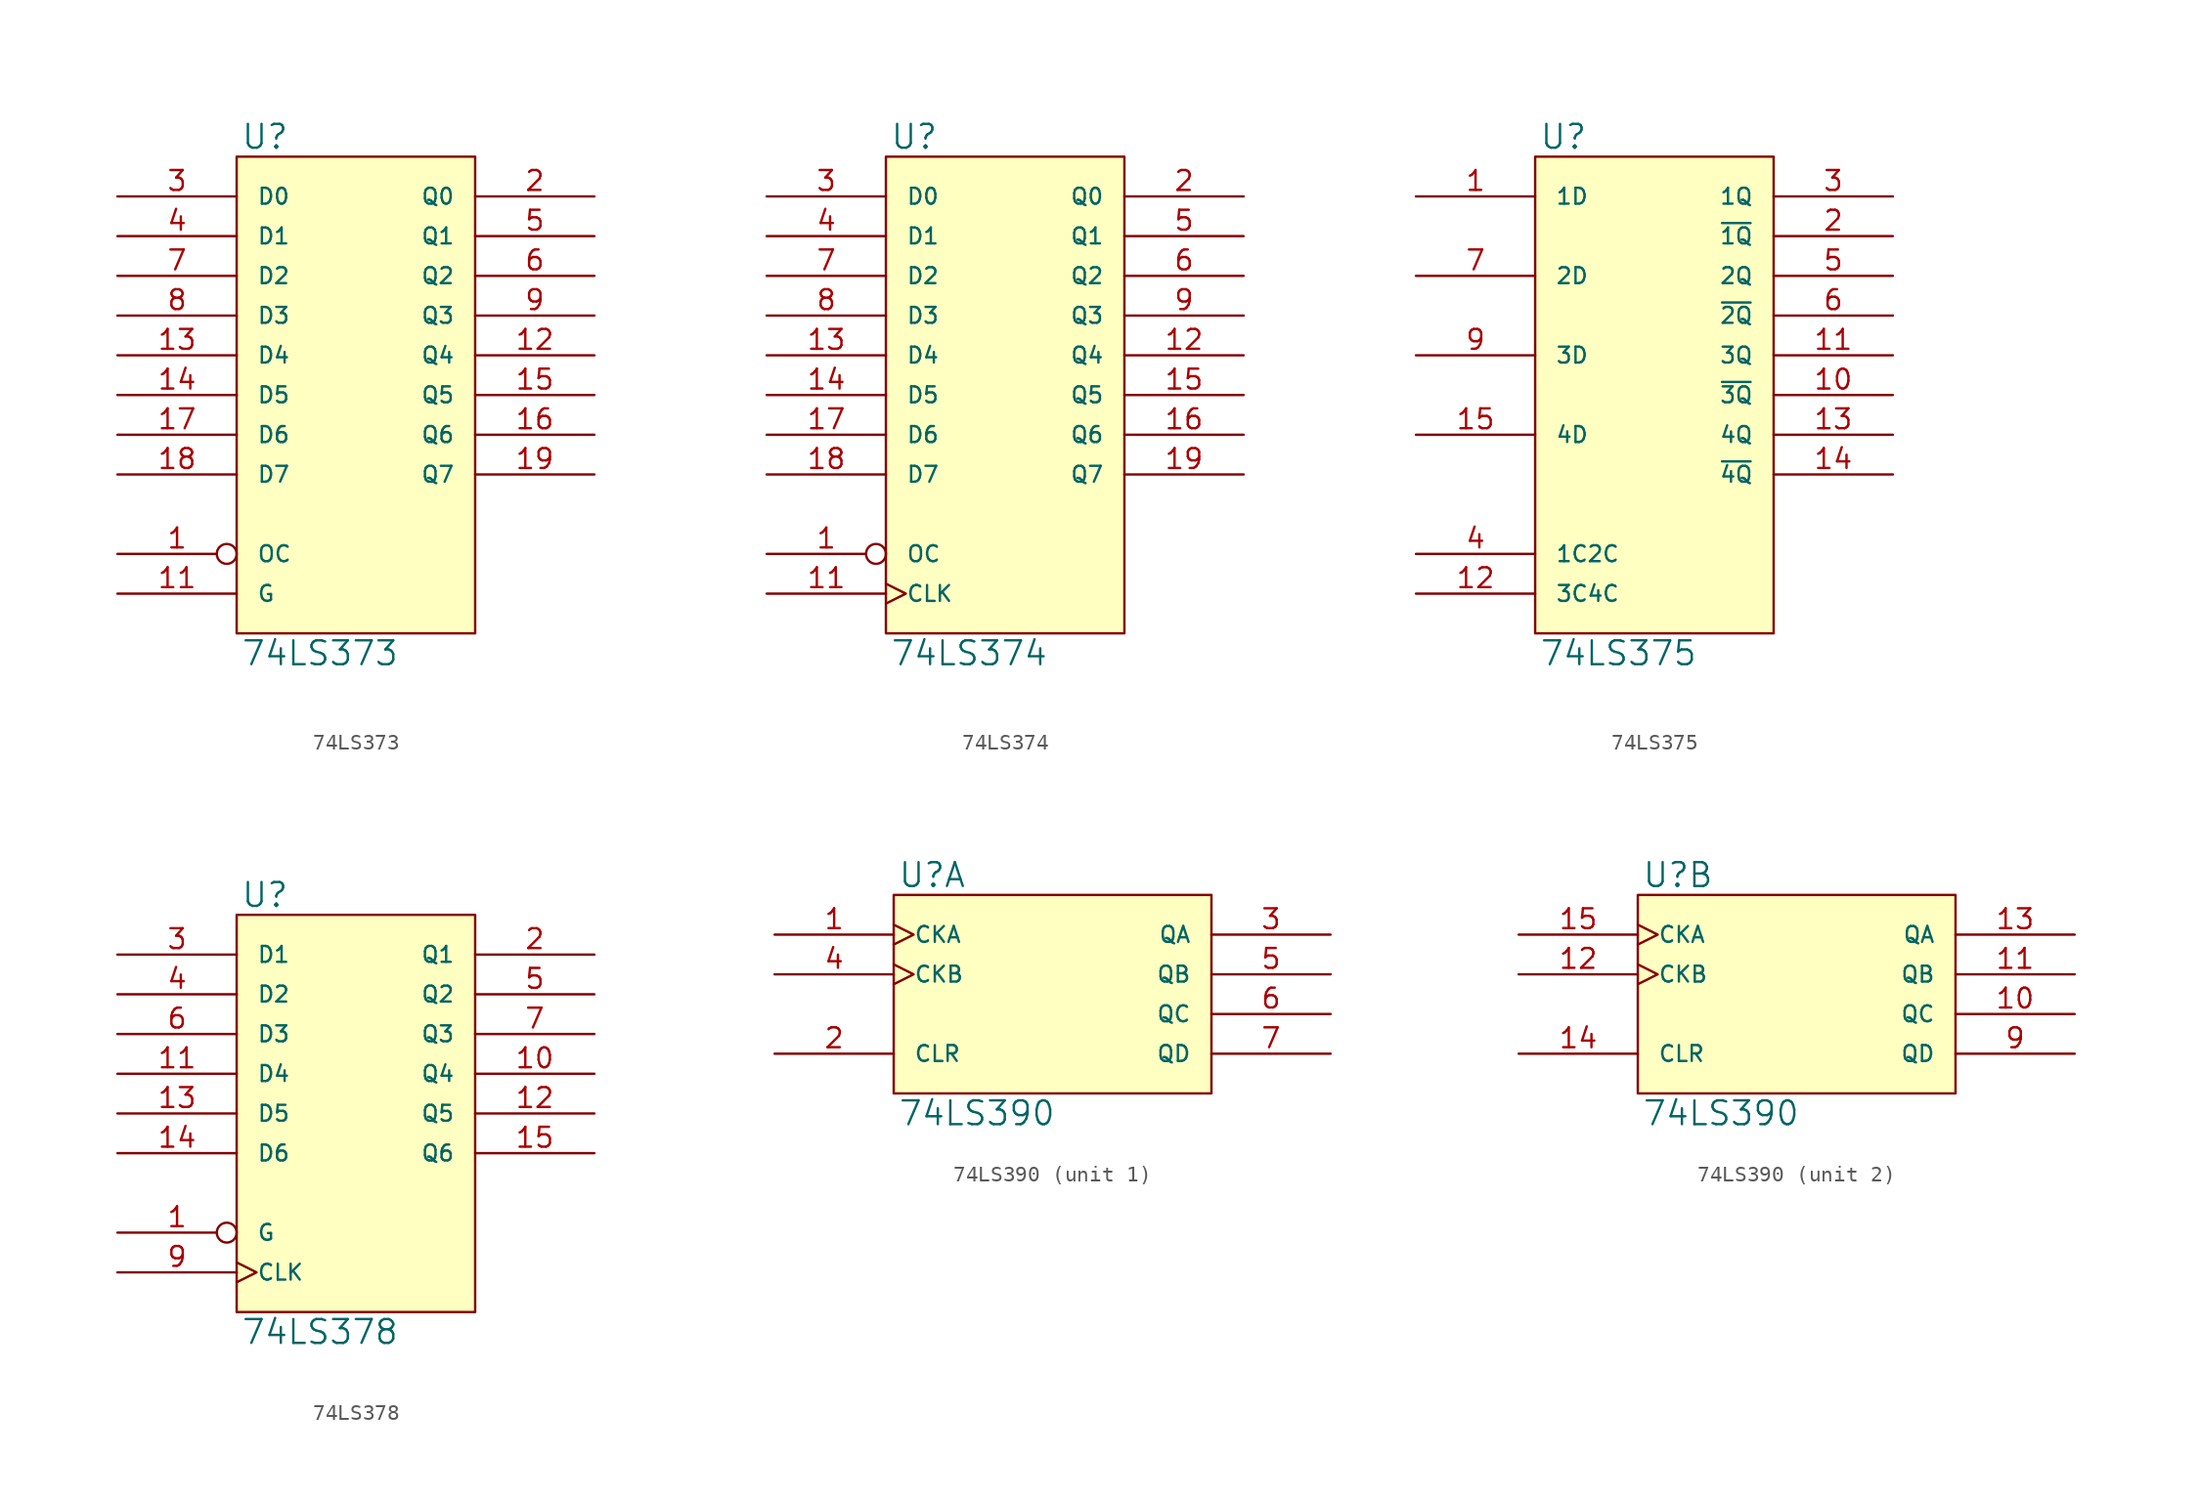
<source format=kicad_sym>
(kicad_symbol_lib
  (version 20231120)
  (generator "kicad_symbol_editor")
  (generator_version "8.0")
  (symbol "74LS373"
    (pin_names
      (offset 1.27))
    (property "Reference" "U"
      (at 0.254 0.381 0)
      (effects (font (size 1.524 1.524)) (justify left bottom)))
    (property "Value" "74LS373"
      (at 0.254 -30.861 0)
      (effects (font (size 1.524 1.524)) (justify left top)))
    (symbol "74LS373_0_1"
      (rectangle (start 0 0) (end 15.24 -30.48) (stroke (width 0) (type solid)) (fill (type background))))
    (symbol "74LS373_1_1"
      (pin input inverted (at -7.62 -25.4 0) (length 7.62) (name "OC" (effects (font (size 1.016 1.016)))) (number "1" (effects (font (size 1.27 1.27)))))
      (pin power_in line (at 0 -30.48 90) (length 0) hide (name "GND" (effects (font (size 1.016 1.016)))) (number "10" (effects (font (size 1.27 1.27)))))
      (pin input line (at -7.62 -27.94 0) (length 7.62) (name "G" (effects (font (size 1.016 1.016)))) (number "11" (effects (font (size 1.27 1.27)))))
      (pin tri_state line (at 22.86 -12.7 180) (length 7.62) (name "Q4" (effects (font (size 1.016 1.016)))) (number "12" (effects (font (size 1.27 1.27)))))
      (pin input line (at -7.62 -12.7 0) (length 7.62) (name "D4" (effects (font (size 1.016 1.016)))) (number "13" (effects (font (size 1.27 1.27)))))
      (pin input line (at -7.62 -15.24 0) (length 7.62) (name "D5" (effects (font (size 1.016 1.016)))) (number "14" (effects (font (size 1.27 1.27)))))
      (pin tri_state line (at 22.86 -15.24 180) (length 7.62) (name "Q5" (effects (font (size 1.016 1.016)))) (number "15" (effects (font (size 1.27 1.27)))))
      (pin tri_state line (at 22.86 -17.78 180) (length 7.62) (name "Q6" (effects (font (size 1.016 1.016)))) (number "16" (effects (font (size 1.27 1.27)))))
      (pin input line (at -7.62 -17.78 0) (length 7.62) (name "D6" (effects (font (size 1.016 1.016)))) (number "17" (effects (font (size 1.27 1.27)))))
      (pin input line (at -7.62 -20.32 0) (length 7.62) (name "D7" (effects (font (size 1.016 1.016)))) (number "18" (effects (font (size 1.27 1.27)))))
      (pin tri_state line (at 22.86 -20.32 180) (length 7.62) (name "Q7" (effects (font (size 1.016 1.016)))) (number "19" (effects (font (size 1.27 1.27)))))
      (pin tri_state line (at 22.86 -2.54 180) (length 7.62) (name "Q0" (effects (font (size 1.016 1.016)))) (number "2" (effects (font (size 1.27 1.27)))))
      (pin power_in line (at 0 0 270) (length 0) hide (name "VCC" (effects (font (size 1.016 1.016)))) (number "20" (effects (font (size 1.27 1.27)))))
      (pin input line (at -7.62 -2.54 0) (length 7.62) (name "D0" (effects (font (size 1.016 1.016)))) (number "3" (effects (font (size 1.27 1.27)))))
      (pin input line (at -7.62 -5.08 0) (length 7.62) (name "D1" (effects (font (size 1.016 1.016)))) (number "4" (effects (font (size 1.27 1.27)))))
      (pin tri_state line (at 22.86 -5.08 180) (length 7.62) (name "Q1" (effects (font (size 1.016 1.016)))) (number "5" (effects (font (size 1.27 1.27)))))
      (pin tri_state line (at 22.86 -7.62 180) (length 7.62) (name "Q2" (effects (font (size 1.016 1.016)))) (number "6" (effects (font (size 1.27 1.27)))))
      (pin input line (at -7.62 -7.62 0) (length 7.62) (name "D2" (effects (font (size 1.016 1.016)))) (number "7" (effects (font (size 1.27 1.27)))))
      (pin input line (at -7.62 -10.16 0) (length 7.62) (name "D3" (effects (font (size 1.016 1.016)))) (number "8" (effects (font (size 1.27 1.27)))))
      (pin tri_state line (at 22.86 -10.16 180) (length 7.62) (name "Q3" (effects (font (size 1.016 1.016)))) (number "9" (effects (font (size 1.27 1.27)))))))
  (symbol "74LS374"
    (pin_names
      (offset 1.27))
    (property "Reference" "U"
      (at 0.254 0.381 0)
      (effects (font (size 1.524 1.524)) (justify left bottom)))
    (property "Value" "74LS374"
      (at 0.254 -30.861 0)
      (effects (font (size 1.524 1.524)) (justify left top)))
    (symbol "74LS374_0_1"
      (rectangle (start 0 0) (end 15.24 -30.48) (stroke (width 0) (type solid)) (fill (type background))))
    (symbol "74LS374_1_1"
      (pin input inverted (at -7.62 -25.4 0) (length 7.62) (name "OC" (effects (font (size 1.016 1.016)))) (number "1" (effects (font (size 1.27 1.27)))))
      (pin power_in line (at 0 -30.48 90) (length 0) hide (name "GND" (effects (font (size 1.016 1.016)))) (number "10" (effects (font (size 1.27 1.27)))))
      (pin input clock (at -7.62 -27.94 0) (length 7.62) (name "CLK" (effects (font (size 1.016 1.016)))) (number "11" (effects (font (size 1.27 1.27)))))
      (pin tri_state line (at 22.86 -12.7 180) (length 7.62) (name "Q4" (effects (font (size 1.016 1.016)))) (number "12" (effects (font (size 1.27 1.27)))))
      (pin input line (at -7.62 -12.7 0) (length 7.62) (name "D4" (effects (font (size 1.016 1.016)))) (number "13" (effects (font (size 1.27 1.27)))))
      (pin input line (at -7.62 -15.24 0) (length 7.62) (name "D5" (effects (font (size 1.016 1.016)))) (number "14" (effects (font (size 1.27 1.27)))))
      (pin tri_state line (at 22.86 -15.24 180) (length 7.62) (name "Q5" (effects (font (size 1.016 1.016)))) (number "15" (effects (font (size 1.27 1.27)))))
      (pin tri_state line (at 22.86 -17.78 180) (length 7.62) (name "Q6" (effects (font (size 1.016 1.016)))) (number "16" (effects (font (size 1.27 1.27)))))
      (pin input line (at -7.62 -17.78 0) (length 7.62) (name "D6" (effects (font (size 1.016 1.016)))) (number "17" (effects (font (size 1.27 1.27)))))
      (pin input line (at -7.62 -20.32 0) (length 7.62) (name "D7" (effects (font (size 1.016 1.016)))) (number "18" (effects (font (size 1.27 1.27)))))
      (pin tri_state line (at 22.86 -20.32 180) (length 7.62) (name "Q7" (effects (font (size 1.016 1.016)))) (number "19" (effects (font (size 1.27 1.27)))))
      (pin tri_state line (at 22.86 -2.54 180) (length 7.62) (name "Q0" (effects (font (size 1.016 1.016)))) (number "2" (effects (font (size 1.27 1.27)))))
      (pin power_in line (at 0 0 270) (length 0) hide (name "VCC" (effects (font (size 1.016 1.016)))) (number "20" (effects (font (size 1.27 1.27)))))
      (pin input line (at -7.62 -2.54 0) (length 7.62) (name "D0" (effects (font (size 1.016 1.016)))) (number "3" (effects (font (size 1.27 1.27)))))
      (pin input line (at -7.62 -5.08 0) (length 7.62) (name "D1" (effects (font (size 1.016 1.016)))) (number "4" (effects (font (size 1.27 1.27)))))
      (pin tri_state line (at 22.86 -5.08 180) (length 7.62) (name "Q1" (effects (font (size 1.016 1.016)))) (number "5" (effects (font (size 1.27 1.27)))))
      (pin tri_state line (at 22.86 -7.62 180) (length 7.62) (name "Q2" (effects (font (size 1.016 1.016)))) (number "6" (effects (font (size 1.27 1.27)))))
      (pin input line (at -7.62 -7.62 0) (length 7.62) (name "D2" (effects (font (size 1.016 1.016)))) (number "7" (effects (font (size 1.27 1.27)))))
      (pin input line (at -7.62 -10.16 0) (length 7.62) (name "D3" (effects (font (size 1.016 1.016)))) (number "8" (effects (font (size 1.27 1.27)))))
      (pin tri_state line (at 22.86 -10.16 180) (length 7.62) (name "Q3" (effects (font (size 1.016 1.016)))) (number "9" (effects (font (size 1.27 1.27)))))))
  (symbol "74LS375"
    (pin_names
      (offset 1.27))
    (property "Reference" "U"
      (at 0.254 0.381 0)
      (effects (font (size 1.524 1.524)) (justify left bottom)))
    (property "Value" "74LS375"
      (at 0.254 -30.861 0)
      (effects (font (size 1.524 1.524)) (justify left top)))
    (symbol "74LS375_0_1"
      (rectangle (start 0 0) (end 15.24 -30.48) (stroke (width 0) (type solid)) (fill (type background))))
    (symbol "74LS375_1_1"
      (pin input line (at -7.62 -2.54 0) (length 7.62) (name "1D" (effects (font (size 1.016 1.016)))) (number "1" (effects (font (size 1.27 1.27)))))
      (pin output line (at 22.86 -15.24 180) (length 7.62) (name "~{3Q}" (effects (font (size 1.016 1.016)))) (number "10" (effects (font (size 1.27 1.27)))))
      (pin output line (at 22.86 -12.7 180) (length 7.62) (name "3Q" (effects (font (size 1.016 1.016)))) (number "11" (effects (font (size 1.27 1.27)))))
      (pin input line (at -7.62 -27.94 0) (length 7.62) (name "3C4C" (effects (font (size 1.016 1.016)))) (number "12" (effects (font (size 1.27 1.27)))))
      (pin output line (at 22.86 -17.78 180) (length 7.62) (name "4Q" (effects (font (size 1.016 1.016)))) (number "13" (effects (font (size 1.27 1.27)))))
      (pin output line (at 22.86 -20.32 180) (length 7.62) (name "~{4Q}" (effects (font (size 1.016 1.016)))) (number "14" (effects (font (size 1.27 1.27)))))
      (pin input line (at -7.62 -17.78 0) (length 7.62) (name "4D" (effects (font (size 1.016 1.016)))) (number "15" (effects (font (size 1.27 1.27)))))
      (pin power_in line (at 0 0 270) (length 0) hide (name "VCC" (effects (font (size 1.016 1.016)))) (number "16" (effects (font (size 1.27 1.27)))))
      (pin output line (at 22.86 -5.08 180) (length 7.62) (name "~{1Q}" (effects (font (size 1.016 1.016)))) (number "2" (effects (font (size 1.27 1.27)))))
      (pin output line (at 22.86 -2.54 180) (length 7.62) (name "1Q" (effects (font (size 1.016 1.016)))) (number "3" (effects (font (size 1.27 1.27)))))
      (pin input line (at -7.62 -25.4 0) (length 7.62) (name "1C2C" (effects (font (size 1.016 1.016)))) (number "4" (effects (font (size 1.27 1.27)))))
      (pin output line (at 22.86 -7.62 180) (length 7.62) (name "2Q" (effects (font (size 1.016 1.016)))) (number "5" (effects (font (size 1.27 1.27)))))
      (pin output line (at 22.86 -10.16 180) (length 7.62) (name "~{2Q}" (effects (font (size 1.016 1.016)))) (number "6" (effects (font (size 1.27 1.27)))))
      (pin input line (at -7.62 -7.62 0) (length 7.62) (name "2D" (effects (font (size 1.016 1.016)))) (number "7" (effects (font (size 1.27 1.27)))))
      (pin power_in line (at 0 -30.48 90) (length 0) hide (name "GND" (effects (font (size 1.016 1.016)))) (number "8" (effects (font (size 1.27 1.27)))))
      (pin input line (at -7.62 -12.7 0) (length 7.62) (name "3D" (effects (font (size 1.016 1.016)))) (number "9" (effects (font (size 1.27 1.27)))))))
  (symbol "74LS378"
    (pin_names
      (offset 1.27))
    (property "Reference" "U"
      (at 0.254 0.381 0)
      (effects (font (size 1.524 1.524)) (justify left bottom)))
    (property "Value" "74LS378"
      (at 0.254 -25.781 0)
      (effects (font (size 1.524 1.524)) (justify left top)))
    (symbol "74LS378_0_1"
      (rectangle (start 0 0) (end 15.24 -25.4) (stroke (width 0) (type solid)) (fill (type background))))
    (symbol "74LS378_1_1"
      (pin input inverted (at -7.62 -20.32 0) (length 7.62) (name "G" (effects (font (size 1.016 1.016)))) (number "1" (effects (font (size 1.27 1.27)))))
      (pin output line (at 22.86 -10.16 180) (length 7.62) (name "Q4" (effects (font (size 1.016 1.016)))) (number "10" (effects (font (size 1.27 1.27)))))
      (pin input line (at -7.62 -10.16 0) (length 7.62) (name "D4" (effects (font (size 1.016 1.016)))) (number "11" (effects (font (size 1.27 1.27)))))
      (pin output line (at 22.86 -12.7 180) (length 7.62) (name "Q5" (effects (font (size 1.016 1.016)))) (number "12" (effects (font (size 1.27 1.27)))))
      (pin input line (at -7.62 -12.7 0) (length 7.62) (name "D5" (effects (font (size 1.016 1.016)))) (number "13" (effects (font (size 1.27 1.27)))))
      (pin input line (at -7.62 -15.24 0) (length 7.62) (name "D6" (effects (font (size 1.016 1.016)))) (number "14" (effects (font (size 1.27 1.27)))))
      (pin output line (at 22.86 -15.24 180) (length 7.62) (name "Q6" (effects (font (size 1.016 1.016)))) (number "15" (effects (font (size 1.27 1.27)))))
      (pin power_in line (at 0 0 270) (length 0) hide (name "VCC" (effects (font (size 1.016 1.016)))) (number "16" (effects (font (size 1.27 1.27)))))
      (pin output line (at 22.86 -2.54 180) (length 7.62) (name "Q1" (effects (font (size 1.016 1.016)))) (number "2" (effects (font (size 1.27 1.27)))))
      (pin input line (at -7.62 -2.54 0) (length 7.62) (name "D1" (effects (font (size 1.016 1.016)))) (number "3" (effects (font (size 1.27 1.27)))))
      (pin input line (at -7.62 -5.08 0) (length 7.62) (name "D2" (effects (font (size 1.016 1.016)))) (number "4" (effects (font (size 1.27 1.27)))))
      (pin output line (at 22.86 -5.08 180) (length 7.62) (name "Q2" (effects (font (size 1.016 1.016)))) (number "5" (effects (font (size 1.27 1.27)))))
      (pin input line (at -7.62 -7.62 0) (length 7.62) (name "D3" (effects (font (size 1.016 1.016)))) (number "6" (effects (font (size 1.27 1.27)))))
      (pin output line (at 22.86 -7.62 180) (length 7.62) (name "Q3" (effects (font (size 1.016 1.016)))) (number "7" (effects (font (size 1.27 1.27)))))
      (pin power_in line (at 0 -25.4 90) (length 0) hide (name "GND" (effects (font (size 1.016 1.016)))) (number "8" (effects (font (size 1.27 1.27)))))
      (pin input clock (at -7.62 -22.86 0) (length 7.62) (name "CLK" (effects (font (size 1.016 1.016)))) (number "9" (effects (font (size 1.27 1.27)))))))
  (symbol "74LS390"
    (pin_names
      (offset 1.27))
    (property "Reference" "U"
      (at 0.254 0.381 0)
      (effects (font (size 1.524 1.524)) (justify left bottom)))
    (property "Value" "74LS390"
      (at 0.254 -13.081 0)
      (effects (font (size 1.524 1.524)) (justify left top)))
    (symbol "74LS390_0_1"
      (rectangle (start 0 0) (end 20.32 -12.7) (stroke (width 0) (type solid)) (fill (type background))))
    (symbol "74LS390_1_1"
      (pin input clock (at -7.62 -2.54 0) (length 7.62) (name "CKA" (effects (font (size 1.016 1.016)))) (number "1" (effects (font (size 1.27 1.27)))))
      (pin power_in line (at 0 0 270) (length 0) hide (name "VCC" (effects (font (size 1.016 1.016)))) (number "16" (effects (font (size 1.27 1.27)))))
      (pin input line (at -7.62 -10.16 0) (length 7.62) (name "CLR" (effects (font (size 1.016 1.016)))) (number "2" (effects (font (size 1.27 1.27)))))
      (pin output line (at 27.94 -2.54 180) (length 7.62) (name "QA" (effects (font (size 1.016 1.016)))) (number "3" (effects (font (size 1.27 1.27)))))
      (pin input clock (at -7.62 -5.08 0) (length 7.62) (name "CKB" (effects (font (size 1.016 1.016)))) (number "4" (effects (font (size 1.27 1.27)))))
      (pin output line (at 27.94 -5.08 180) (length 7.62) (name "QB" (effects (font (size 1.016 1.016)))) (number "5" (effects (font (size 1.27 1.27)))))
      (pin output line (at 27.94 -7.62 180) (length 7.62) (name "QC" (effects (font (size 1.016 1.016)))) (number "6" (effects (font (size 1.27 1.27)))))
      (pin output line (at 27.94 -10.16 180) (length 7.62) (name "QD" (effects (font (size 1.016 1.016)))) (number "7" (effects (font (size 1.27 1.27)))))
      (pin power_in line (at 0 -12.7 90) (length 0) hide (name "GND" (effects (font (size 1.016 1.016)))) (number "8" (effects (font (size 1.27 1.27))))))
    (symbol "74LS390_2_1"
      (pin output line (at 27.94 -7.62 180) (length 7.62) (name "QC" (effects (font (size 1.016 1.016)))) (number "10" (effects (font (size 1.27 1.27)))))
      (pin output line (at 27.94 -5.08 180) (length 7.62) (name "QB" (effects (font (size 1.016 1.016)))) (number "11" (effects (font (size 1.27 1.27)))))
      (pin input clock (at -7.62 -5.08 0) (length 7.62) (name "CKB" (effects (font (size 1.016 1.016)))) (number "12" (effects (font (size 1.27 1.27)))))
      (pin output line (at 27.94 -2.54 180) (length 7.62) (name "QA" (effects (font (size 1.016 1.016)))) (number "13" (effects (font (size 1.27 1.27)))))
      (pin input line (at -7.62 -10.16 0) (length 7.62) (name "CLR" (effects (font (size 1.016 1.016)))) (number "14" (effects (font (size 1.27 1.27)))))
      (pin input clock (at -7.62 -2.54 0) (length 7.62) (name "CKA" (effects (font (size 1.016 1.016)))) (number "15" (effects (font (size 1.27 1.27)))))
      (pin power_in line (at 0 0 270) (length 0) hide (name "VCC" (effects (font (size 1.016 1.016)))) (number "16" (effects (font (size 1.27 1.27)))))
      (pin power_in line (at 0 -12.7 90) (length 0) hide (name "GND" (effects (font (size 1.016 1.016)))) (number "8" (effects (font (size 1.27 1.27)))))
      (pin output line (at 27.94 -10.16 180) (length 7.62) (name "QD" (effects (font (size 1.016 1.016)))) (number "9" (effects (font (size 1.27 1.27))))))))
</source>
